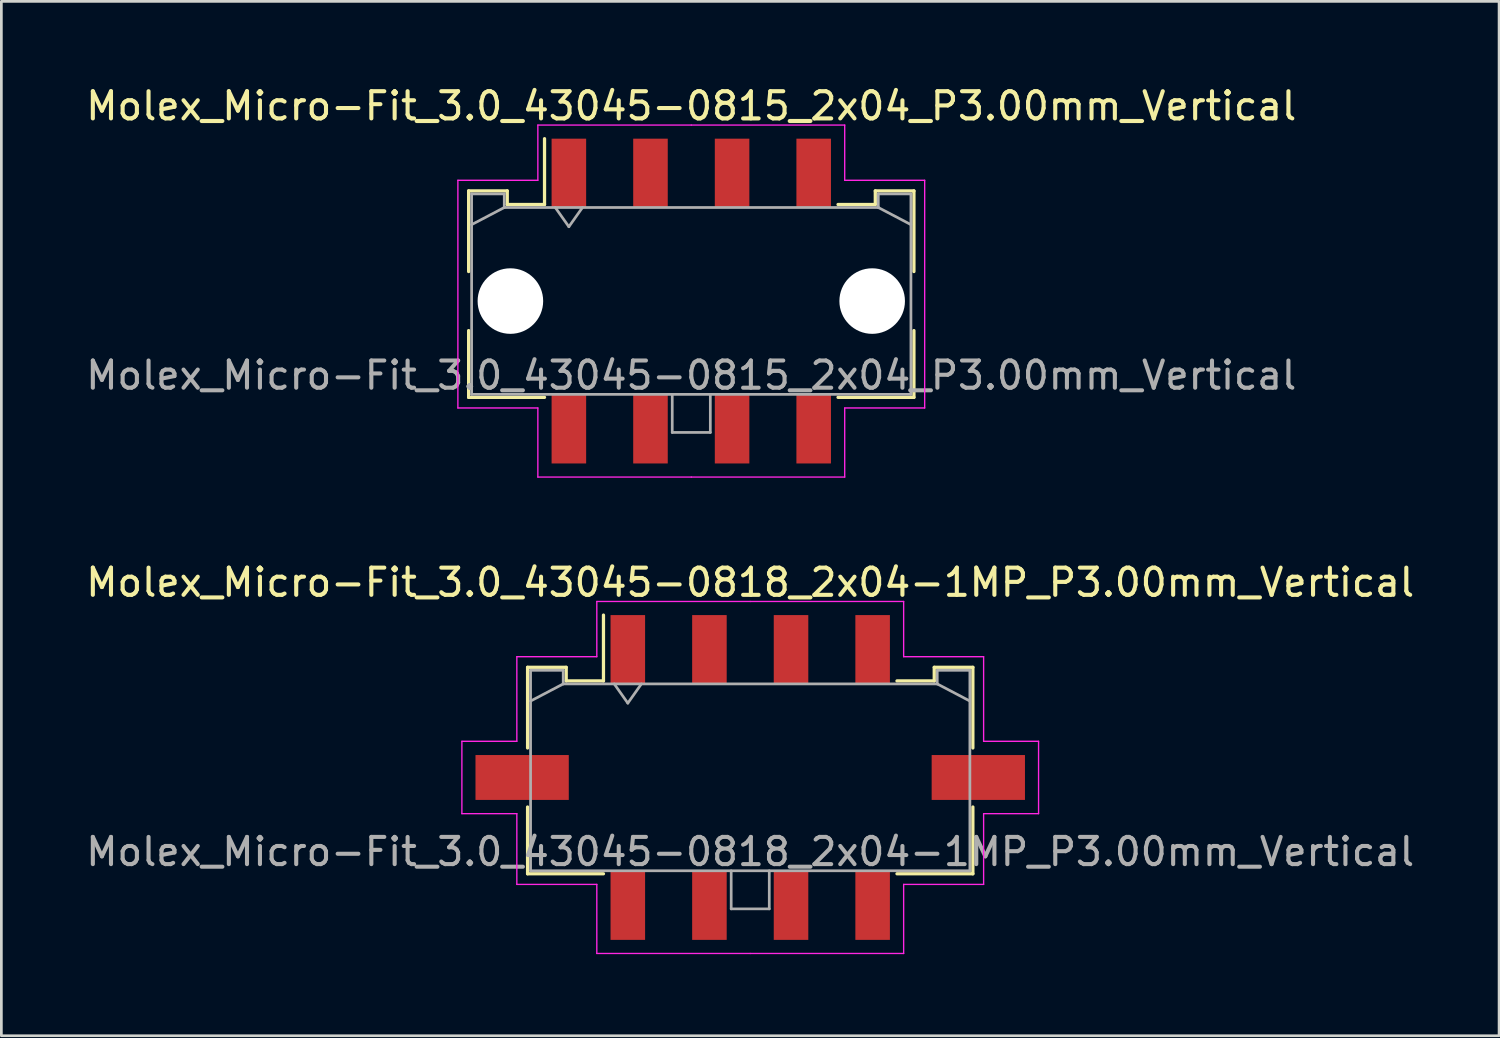
<source format=kicad_pcb>
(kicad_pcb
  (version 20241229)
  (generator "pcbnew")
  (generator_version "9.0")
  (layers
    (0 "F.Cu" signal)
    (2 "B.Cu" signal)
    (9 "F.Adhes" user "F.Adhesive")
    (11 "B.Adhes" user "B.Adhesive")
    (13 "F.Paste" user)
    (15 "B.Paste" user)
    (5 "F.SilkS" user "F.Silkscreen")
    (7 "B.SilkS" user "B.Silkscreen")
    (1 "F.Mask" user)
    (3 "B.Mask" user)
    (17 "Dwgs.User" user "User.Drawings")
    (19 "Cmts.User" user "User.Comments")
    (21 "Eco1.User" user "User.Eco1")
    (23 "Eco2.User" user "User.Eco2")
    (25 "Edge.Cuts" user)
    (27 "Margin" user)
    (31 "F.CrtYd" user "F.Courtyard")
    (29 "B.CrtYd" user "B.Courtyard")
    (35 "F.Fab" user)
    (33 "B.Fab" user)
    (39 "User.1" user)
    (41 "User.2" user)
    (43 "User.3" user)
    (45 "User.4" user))
  (footprint "Molex_Micro-Fit_3.0_43045-0818_2x04-1MP_P3.00mm_Vertical"
    (layer "F.Cu")
    (at 24.53 25.532)
    (property "Reference" "Molex_Micro-Fit_3.0_43045-0818_2x04-1MP_P3.00mm_Vertical" (at 0 -7.17 0) (layer "F.SilkS") (effects (font (size 1 1) (thickness 0.15))))
    (attr smd)
    (fp_line (start -8.185 -4.05) (end -6.765 -4.05) (stroke (width 0.12) (type solid)) (layer "F.SilkS"))
    (fp_line (start -8.185 -1.085) (end -8.185 -4.05) (stroke (width 0.12) (type solid)) (layer "F.SilkS"))
    (fp_line (start -8.185 1.085) (end -8.185 3.54) (stroke (width 0.12) (type solid)) (layer "F.SilkS"))
    (fp_line (start -8.185 3.54) (end -5.395 3.54) (stroke (width 0.12) (type solid)) (layer "F.SilkS"))
    (fp_line (start -6.765 -4.05) (end -6.765 -3.55) (stroke (width 0.12) (type solid)) (layer "F.SilkS"))
    (fp_line (start -6.765 -3.55) (end -5.395 -3.55) (stroke (width 0.12) (type solid)) (layer "F.SilkS"))
    (fp_line (start -5.395 -3.55) (end -5.395 -5.97) (stroke (width 0.12) (type solid)) (layer "F.SilkS"))
    (fp_line (start 6.765 -4.05) (end 6.765 -3.55) (stroke (width 0.12) (type solid)) (layer "F.SilkS"))
    (fp_line (start 6.765 -3.55) (end 5.395 -3.55) (stroke (width 0.12) (type solid)) (layer "F.SilkS"))
    (fp_line (start 8.185 -4.05) (end 6.765 -4.05) (stroke (width 0.12) (type solid)) (layer "F.SilkS"))
    (fp_line (start 8.185 -1.085) (end 8.185 -4.05) (stroke (width 0.12) (type solid)) (layer "F.SilkS"))
    (fp_line (start 8.185 1.085) (end 8.185 3.54) (stroke (width 0.12) (type solid)) (layer "F.SilkS"))
    (fp_line (start 8.185 3.54) (end 5.395 3.54) (stroke (width 0.12) (type solid)) (layer "F.SilkS"))
    (fp_line (start -10.6 -1.33) (end -10.6 1.33) (stroke (width 0.05) (type solid)) (layer "F.CrtYd"))
    (fp_line (start -10.6 1.33) (end -8.58 1.33) (stroke (width 0.05) (type solid)) (layer "F.CrtYd"))
    (fp_line (start -8.58 -4.44) (end -8.58 -1.33) (stroke (width 0.05) (type solid)) (layer "F.CrtYd"))
    (fp_line (start -8.58 -1.33) (end -10.6 -1.33) (stroke (width 0.05) (type solid)) (layer "F.CrtYd"))
    (fp_line (start -8.58 1.33) (end -8.58 3.93) (stroke (width 0.05) (type solid)) (layer "F.CrtYd"))
    (fp_line (start -8.58 3.93) (end -5.64 3.93) (stroke (width 0.05) (type solid)) (layer "F.CrtYd"))
    (fp_line (start -5.64 -6.47) (end -5.64 -4.44) (stroke (width 0.05) (type solid)) (layer "F.CrtYd"))
    (fp_line (start -5.64 -4.44) (end -8.58 -4.44) (stroke (width 0.05) (type solid)) (layer "F.CrtYd"))
    (fp_line (start -5.64 3.93) (end -5.64 6.47) (stroke (width 0.05) (type solid)) (layer "F.CrtYd"))
    (fp_line (start -5.64 6.47) (end 0 6.47) (stroke (width 0.05) (type solid)) (layer "F.CrtYd"))
    (fp_line (start 0 -6.47) (end -5.64 -6.47) (stroke (width 0.05) (type solid)) (layer "F.CrtYd"))
    (fp_line (start 0 -6.47) (end 5.64 -6.47) (stroke (width 0.05) (type solid)) (layer "F.CrtYd"))
    (fp_line (start 5.64 -6.47) (end 5.64 -4.44) (stroke (width 0.05) (type solid)) (layer "F.CrtYd"))
    (fp_line (start 5.64 -4.44) (end 8.58 -4.44) (stroke (width 0.05) (type solid)) (layer "F.CrtYd"))
    (fp_line (start 5.64 3.93) (end 5.64 6.47) (stroke (width 0.05) (type solid)) (layer "F.CrtYd"))
    (fp_line (start 5.64 6.47) (end 0 6.47) (stroke (width 0.05) (type solid)) (layer "F.CrtYd"))
    (fp_line (start 8.58 -4.44) (end 8.58 -1.33) (stroke (width 0.05) (type solid)) (layer "F.CrtYd"))
    (fp_line (start 8.58 -1.33) (end 10.6 -1.33) (stroke (width 0.05) (type solid)) (layer "F.CrtYd"))
    (fp_line (start 8.58 1.33) (end 8.58 3.93) (stroke (width 0.05) (type solid)) (layer "F.CrtYd"))
    (fp_line (start 8.58 3.93) (end 5.64 3.93) (stroke (width 0.05) (type solid)) (layer "F.CrtYd"))
    (fp_line (start 10.6 -1.33) (end 10.6 1.33) (stroke (width 0.05) (type solid)) (layer "F.CrtYd"))
    (fp_line (start 10.6 1.33) (end 8.58 1.33) (stroke (width 0.05) (type solid)) (layer "F.CrtYd"))
    (fp_line (start -8.075 -3.94) (end -8.075 3.43) (stroke (width 0.1) (type solid)) (layer "F.Fab"))
    (fp_line (start -8.075 -2.81) (end -6.875 -3.44) (stroke (width 0.1) (type solid)) (layer "F.Fab"))
    (fp_line (start -8.075 3.43) (end 8.075 3.43) (stroke (width 0.1) (type solid)) (layer "F.Fab"))
    (fp_line (start -6.875 -3.94) (end -8.075 -3.94) (stroke (width 0.1) (type solid)) (layer "F.Fab"))
    (fp_line (start -6.875 -3.44) (end -6.875 -3.94) (stroke (width 0.1) (type solid)) (layer "F.Fab"))
    (fp_line (start -5 -3.44) (end -4.5 -2.733) (stroke (width 0.1) (type solid)) (layer "F.Fab"))
    (fp_line (start -4.5 -2.733) (end -4 -3.44) (stroke (width 0.1) (type solid)) (layer "F.Fab"))
    (fp_line (start -0.7 3.43) (end -0.7 4.83) (stroke (width 0.1) (type solid)) (layer "F.Fab"))
    (fp_line (start -0.7 4.83) (end 0.7 4.83) (stroke (width 0.1) (type solid)) (layer "F.Fab"))
    (fp_line (start 0.7 4.83) (end 0.7 3.43) (stroke (width 0.1) (type solid)) (layer "F.Fab"))
    (fp_line (start 6.875 -3.94) (end 6.875 -3.44) (stroke (width 0.1) (type solid)) (layer "F.Fab"))
    (fp_line (start 6.875 -3.44) (end -6.875 -3.44) (stroke (width 0.1) (type solid)) (layer "F.Fab"))
    (fp_line (start 8.075 -3.94) (end 6.875 -3.94) (stroke (width 0.1) (type solid)) (layer "F.Fab"))
    (fp_line (start 8.075 -2.81) (end 6.875 -3.44) (stroke (width 0.1) (type solid)) (layer "F.Fab"))
    (fp_line (start 8.075 3.43) (end 8.075 -3.94) (stroke (width 0.1) (type solid)) (layer "F.Fab"))
    (fp_text user "${REFERENCE}" (at 0 2.73 0) (layer "F.Fab") (effects (font (size 1 1) (thickness 0.15))))
    (pad "1" smd rect (at -4.5 -4.7) (size 1.27 2.54) (layers "F.Cu" "F.Mask" "F.Paste"))
    (pad "2" smd rect (at -1.5 -4.7) (size 1.27 2.54) (layers "F.Cu" "F.Mask" "F.Paste"))
    (pad "3" smd rect (at 1.5 -4.7) (size 1.27 2.54) (layers "F.Cu" "F.Mask" "F.Paste"))
    (pad "4" smd rect (at 4.5 -4.7) (size 1.27 2.54) (layers "F.Cu" "F.Mask" "F.Paste"))
    (pad "5" smd rect (at -4.5 4.7) (size 1.27 2.54) (layers "F.Cu" "F.Mask" "F.Paste"))
    (pad "6" smd rect (at -1.5 4.7) (size 1.27 2.54) (layers "F.Cu" "F.Mask" "F.Paste"))
    (pad "7" smd rect (at 1.5 4.7) (size 1.27 2.54) (layers "F.Cu" "F.Mask" "F.Paste"))
    (pad "8" smd rect (at 4.5 4.7) (size 1.27 2.54) (layers "F.Cu" "F.Mask" "F.Paste"))
    (pad "MP" smd rect (at -8.385 0) (size 3.43 1.65) (layers "F.Cu" "F.Mask" "F.Paste"))
    (pad "MP" smd rect (at 8.385 0) (size 3.43 1.65) (layers "F.Cu" "F.Mask" "F.Paste")))
  (footprint "Molex_Micro-Fit_3.0_43045-0815_2x04_P3.00mm_Vertical"
    (layer "F.Cu")
    (at 22.363 8.018)
    (property "Reference" "Molex_Micro-Fit_3.0_43045-0815_2x04_P3.00mm_Vertical" (at 0 -7.17 0) (layer "F.SilkS") (effects (font (size 1 1) (thickness 0.15))))
    (attr smd)
    (fp_line (start -8.185 -4.05) (end -6.765 -4.05) (stroke (width 0.12) (type solid)) (layer "F.SilkS"))
    (fp_line (start -8.185 -1.085) (end -8.185 -4.05) (stroke (width 0.12) (type solid)) (layer "F.SilkS"))
    (fp_line (start -8.185 1.085) (end -8.185 3.54) (stroke (width 0.12) (type solid)) (layer "F.SilkS"))
    (fp_line (start -8.185 3.54) (end -5.395 3.54) (stroke (width 0.12) (type solid)) (layer "F.SilkS"))
    (fp_line (start -6.765 -4.05) (end -6.765 -3.55) (stroke (width 0.12) (type solid)) (layer "F.SilkS"))
    (fp_line (start -6.765 -3.55) (end -5.395 -3.55) (stroke (width 0.12) (type solid)) (layer "F.SilkS"))
    (fp_line (start -5.395 -3.55) (end -5.395 -5.97) (stroke (width 0.12) (type solid)) (layer "F.SilkS"))
    (fp_line (start 6.765 -4.05) (end 6.765 -3.55) (stroke (width 0.12) (type solid)) (layer "F.SilkS"))
    (fp_line (start 6.765 -3.55) (end 5.395 -3.55) (stroke (width 0.12) (type solid)) (layer "F.SilkS"))
    (fp_line (start 8.185 -4.05) (end 6.765 -4.05) (stroke (width 0.12) (type solid)) (layer "F.SilkS"))
    (fp_line (start 8.185 -1.085) (end 8.185 -4.05) (stroke (width 0.12) (type solid)) (layer "F.SilkS"))
    (fp_line (start 8.185 1.085) (end 8.185 3.54) (stroke (width 0.12) (type solid)) (layer "F.SilkS"))
    (fp_line (start 8.185 3.54) (end 5.395 3.54) (stroke (width 0.12) (type solid)) (layer "F.SilkS"))
    (fp_line (start -8.58 -4.44) (end -8.58 3.93) (stroke (width 0.05) (type solid)) (layer "F.CrtYd"))
    (fp_line (start -8.58 3.93) (end -5.64 3.93) (stroke (width 0.05) (type solid)) (layer "F.CrtYd"))
    (fp_line (start -5.64 -6.47) (end -5.64 -4.44) (stroke (width 0.05) (type solid)) (layer "F.CrtYd"))
    (fp_line (start -5.64 -4.44) (end -8.58 -4.44) (stroke (width 0.05) (type solid)) (layer "F.CrtYd"))
    (fp_line (start -5.64 3.93) (end -5.64 6.47) (stroke (width 0.05) (type solid)) (layer "F.CrtYd"))
    (fp_line (start -5.64 6.47) (end 0 6.47) (stroke (width 0.05) (type solid)) (layer "F.CrtYd"))
    (fp_line (start 0 -6.47) (end -5.64 -6.47) (stroke (width 0.05) (type solid)) (layer "F.CrtYd"))
    (fp_line (start 0 -6.47) (end 5.64 -6.47) (stroke (width 0.05) (type solid)) (layer "F.CrtYd"))
    (fp_line (start 5.64 -6.47) (end 5.64 -4.44) (stroke (width 0.05) (type solid)) (layer "F.CrtYd"))
    (fp_line (start 5.64 -4.44) (end 8.58 -4.44) (stroke (width 0.05) (type solid)) (layer "F.CrtYd"))
    (fp_line (start 5.64 3.93) (end 5.64 6.47) (stroke (width 0.05) (type solid)) (layer "F.CrtYd"))
    (fp_line (start 5.64 6.47) (end 0 6.47) (stroke (width 0.05) (type solid)) (layer "F.CrtYd"))
    (fp_line (start 8.58 -4.44) (end 8.58 3.93) (stroke (width 0.05) (type solid)) (layer "F.CrtYd"))
    (fp_line (start 8.58 3.93) (end 5.64 3.93) (stroke (width 0.05) (type solid)) (layer "F.CrtYd"))
    (fp_line (start -8.075 -3.94) (end -8.075 3.43) (stroke (width 0.1) (type solid)) (layer "F.Fab"))
    (fp_line (start -8.075 -2.81) (end -6.875 -3.44) (stroke (width 0.1) (type solid)) (layer "F.Fab"))
    (fp_line (start -8.075 3.43) (end 8.075 3.43) (stroke (width 0.1) (type solid)) (layer "F.Fab"))
    (fp_line (start -6.875 -3.94) (end -8.075 -3.94) (stroke (width 0.1) (type solid)) (layer "F.Fab"))
    (fp_line (start -6.875 -3.44) (end -6.875 -3.94) (stroke (width 0.1) (type solid)) (layer "F.Fab"))
    (fp_line (start -5 -3.44) (end -4.5 -2.733) (stroke (width 0.1) (type solid)) (layer "F.Fab"))
    (fp_line (start -4.5 -2.733) (end -4 -3.44) (stroke (width 0.1) (type solid)) (layer "F.Fab"))
    (fp_line (start -0.7 3.43) (end -0.7 4.83) (stroke (width 0.1) (type solid)) (layer "F.Fab"))
    (fp_line (start -0.7 4.83) (end 0.7 4.83) (stroke (width 0.1) (type solid)) (layer "F.Fab"))
    (fp_line (start 0.7 4.83) (end 0.7 3.43) (stroke (width 0.1) (type solid)) (layer "F.Fab"))
    (fp_line (start 6.875 -3.94) (end 6.875 -3.44) (stroke (width 0.1) (type solid)) (layer "F.Fab"))
    (fp_line (start 6.875 -3.44) (end -6.875 -3.44) (stroke (width 0.1) (type solid)) (layer "F.Fab"))
    (fp_line (start 8.075 -3.94) (end 6.875 -3.94) (stroke (width 0.1) (type solid)) (layer "F.Fab"))
    (fp_line (start 8.075 -2.81) (end 6.875 -3.44) (stroke (width 0.1) (type solid)) (layer "F.Fab"))
    (fp_line (start 8.075 3.43) (end 8.075 -3.94) (stroke (width 0.1) (type solid)) (layer "F.Fab"))
    (fp_text user "${REFERENCE}" (at 0 2.73 0) (layer "F.Fab") (effects (font (size 1 1) (thickness 0.15))))
    (pad "" np_thru_hole circle (at -6.65 0) (size 2.41 2.41) (drill 2.41) (layers "*.Cu" "*.Mask"))
    (pad "" np_thru_hole circle (at 6.65 0) (size 2.41 2.41) (drill 2.41) (layers "*.Cu" "*.Mask"))
    (pad "1" smd rect (at -4.5 -4.7) (size 1.27 2.54) (layers "F.Cu" "F.Mask" "F.Paste"))
    (pad "2" smd rect (at -1.5 -4.7) (size 1.27 2.54) (layers "F.Cu" "F.Mask" "F.Paste"))
    (pad "3" smd rect (at 1.5 -4.7) (size 1.27 2.54) (layers "F.Cu" "F.Mask" "F.Paste"))
    (pad "4" smd rect (at 4.5 -4.7) (size 1.27 2.54) (layers "F.Cu" "F.Mask" "F.Paste"))
    (pad "5" smd rect (at -4.5 4.7) (size 1.27 2.54) (layers "F.Cu" "F.Mask" "F.Paste"))
    (pad "6" smd rect (at -1.5 4.7) (size 1.27 2.54) (layers "F.Cu" "F.Mask" "F.Paste"))
    (pad "7" smd rect (at 1.5 4.7) (size 1.27 2.54) (layers "F.Cu" "F.Mask" "F.Paste"))
    (pad "8" smd rect (at 4.5 4.7) (size 1.27 2.54) (layers "F.Cu" "F.Mask" "F.Paste")))
  (gr_rect
    (start -3 -3)
    (end 52.06 35.026)
    (stroke (width 0.1) (type default))
    (fill no)
    (layer "Edge.Cuts")))
</source>
